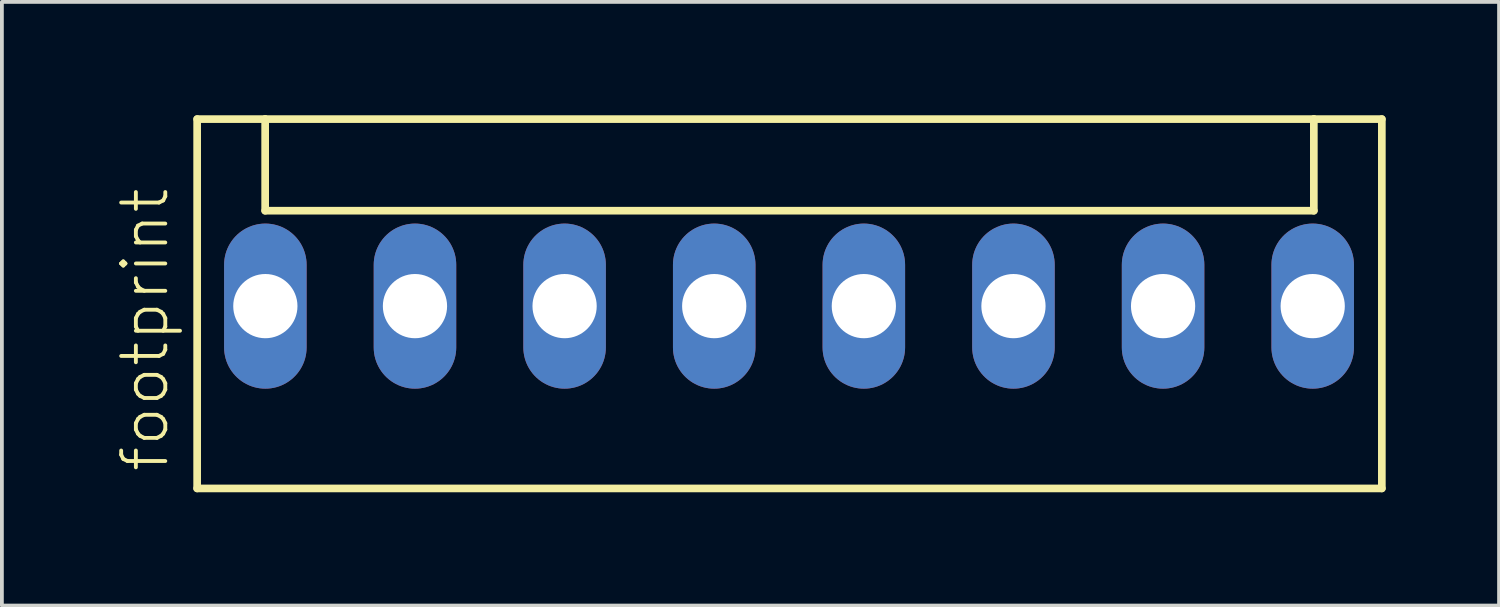
<source format=kicad_pcb>
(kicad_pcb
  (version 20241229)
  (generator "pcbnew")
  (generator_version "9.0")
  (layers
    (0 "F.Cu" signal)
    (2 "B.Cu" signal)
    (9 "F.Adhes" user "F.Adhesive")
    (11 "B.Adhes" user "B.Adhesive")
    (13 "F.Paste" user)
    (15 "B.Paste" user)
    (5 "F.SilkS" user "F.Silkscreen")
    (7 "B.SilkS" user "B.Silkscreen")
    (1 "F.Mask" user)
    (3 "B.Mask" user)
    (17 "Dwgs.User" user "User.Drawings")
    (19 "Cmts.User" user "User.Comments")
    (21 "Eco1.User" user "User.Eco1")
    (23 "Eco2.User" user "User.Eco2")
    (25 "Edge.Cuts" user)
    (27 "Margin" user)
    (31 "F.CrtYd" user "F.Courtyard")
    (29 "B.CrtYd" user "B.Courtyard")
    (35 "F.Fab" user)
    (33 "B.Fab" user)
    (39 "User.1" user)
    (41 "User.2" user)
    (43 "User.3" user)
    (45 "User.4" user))
  (footprint "footprint"
    (layer "F.Cu")
    (at 17.833 5.052)
    (property "Reference" "footprint" (at -16.36 4.445 90) (layer "F.SilkS") (effects (font (size 1.168 1.168) (thickness 0.102)) (justify left bottom)))
    (fp_line (start -15.665 -4.95) (end -15.665 4.825) (stroke (width 0.203) (type solid)) (layer "F.SilkS"))
    (fp_line (start -15.665 4.825) (end 15.69 4.825) (stroke (width 0.203) (type solid)) (layer "F.SilkS"))
    (fp_line (start -13.865 -4.95) (end -15.665 -4.95) (stroke (width 0.203) (type solid)) (layer "F.SilkS"))
    (fp_line (start -13.865 -2.525) (end -13.865 -4.95) (stroke (width 0.203) (type solid)) (layer "F.SilkS"))
    (fp_line (start -13.865 -2.525) (end 13.89 -2.525) (stroke (width 0.203) (type solid)) (layer "F.SilkS"))
    (fp_line (start 13.89 -4.95) (end -13.865 -4.95) (stroke (width 0.203) (type solid)) (layer "F.SilkS"))
    (fp_line (start 13.89 -2.525) (end 13.89 -4.95) (stroke (width 0.203) (type solid)) (layer "F.SilkS"))
    (fp_line (start 15.69 -4.95) (end 13.89 -4.95) (stroke (width 0.203) (type solid)) (layer "F.SilkS"))
    (fp_line (start 15.69 4.825) (end 15.69 -4.95) (stroke (width 0.203) (type solid)) (layer "F.SilkS"))
    (pad "1" thru_hole oval (at -13.86 0 90) (size 4.369 2.184) (drill 1.7) (layers "*.Cu" "*.Mask"))
    (pad "2" thru_hole oval (at -9.9 0 90) (size 4.369 2.184) (drill 1.7) (layers "*.Cu" "*.Mask"))
    (pad "3" thru_hole oval (at -5.94 0 90) (size 4.369 2.184) (drill 1.7) (layers "*.Cu" "*.Mask"))
    (pad "4" thru_hole oval (at -1.98 0 90) (size 4.369 2.184) (drill 1.7) (layers "*.Cu" "*.Mask"))
    (pad "5" thru_hole oval (at 1.98 0 90) (size 4.369 2.184) (drill 1.7) (layers "*.Cu" "*.Mask"))
    (pad "6" thru_hole oval (at 5.94 0 90) (size 4.369 2.184) (drill 1.7) (layers "*.Cu" "*.Mask"))
    (pad "7" thru_hole oval (at 9.9 0 90) (size 4.369 2.184) (drill 1.7) (layers "*.Cu" "*.Mask"))
    (pad "8" thru_hole oval (at 13.86 0 90) (size 4.369 2.184) (drill 1.7) (layers "*.Cu" "*.Mask")))
  (gr_rect
    (start -3 -3)
    (end 36.625 12.978)
    (stroke (width 0.1) (type default))
    (fill no)
    (layer "Edge.Cuts")))
</source>
